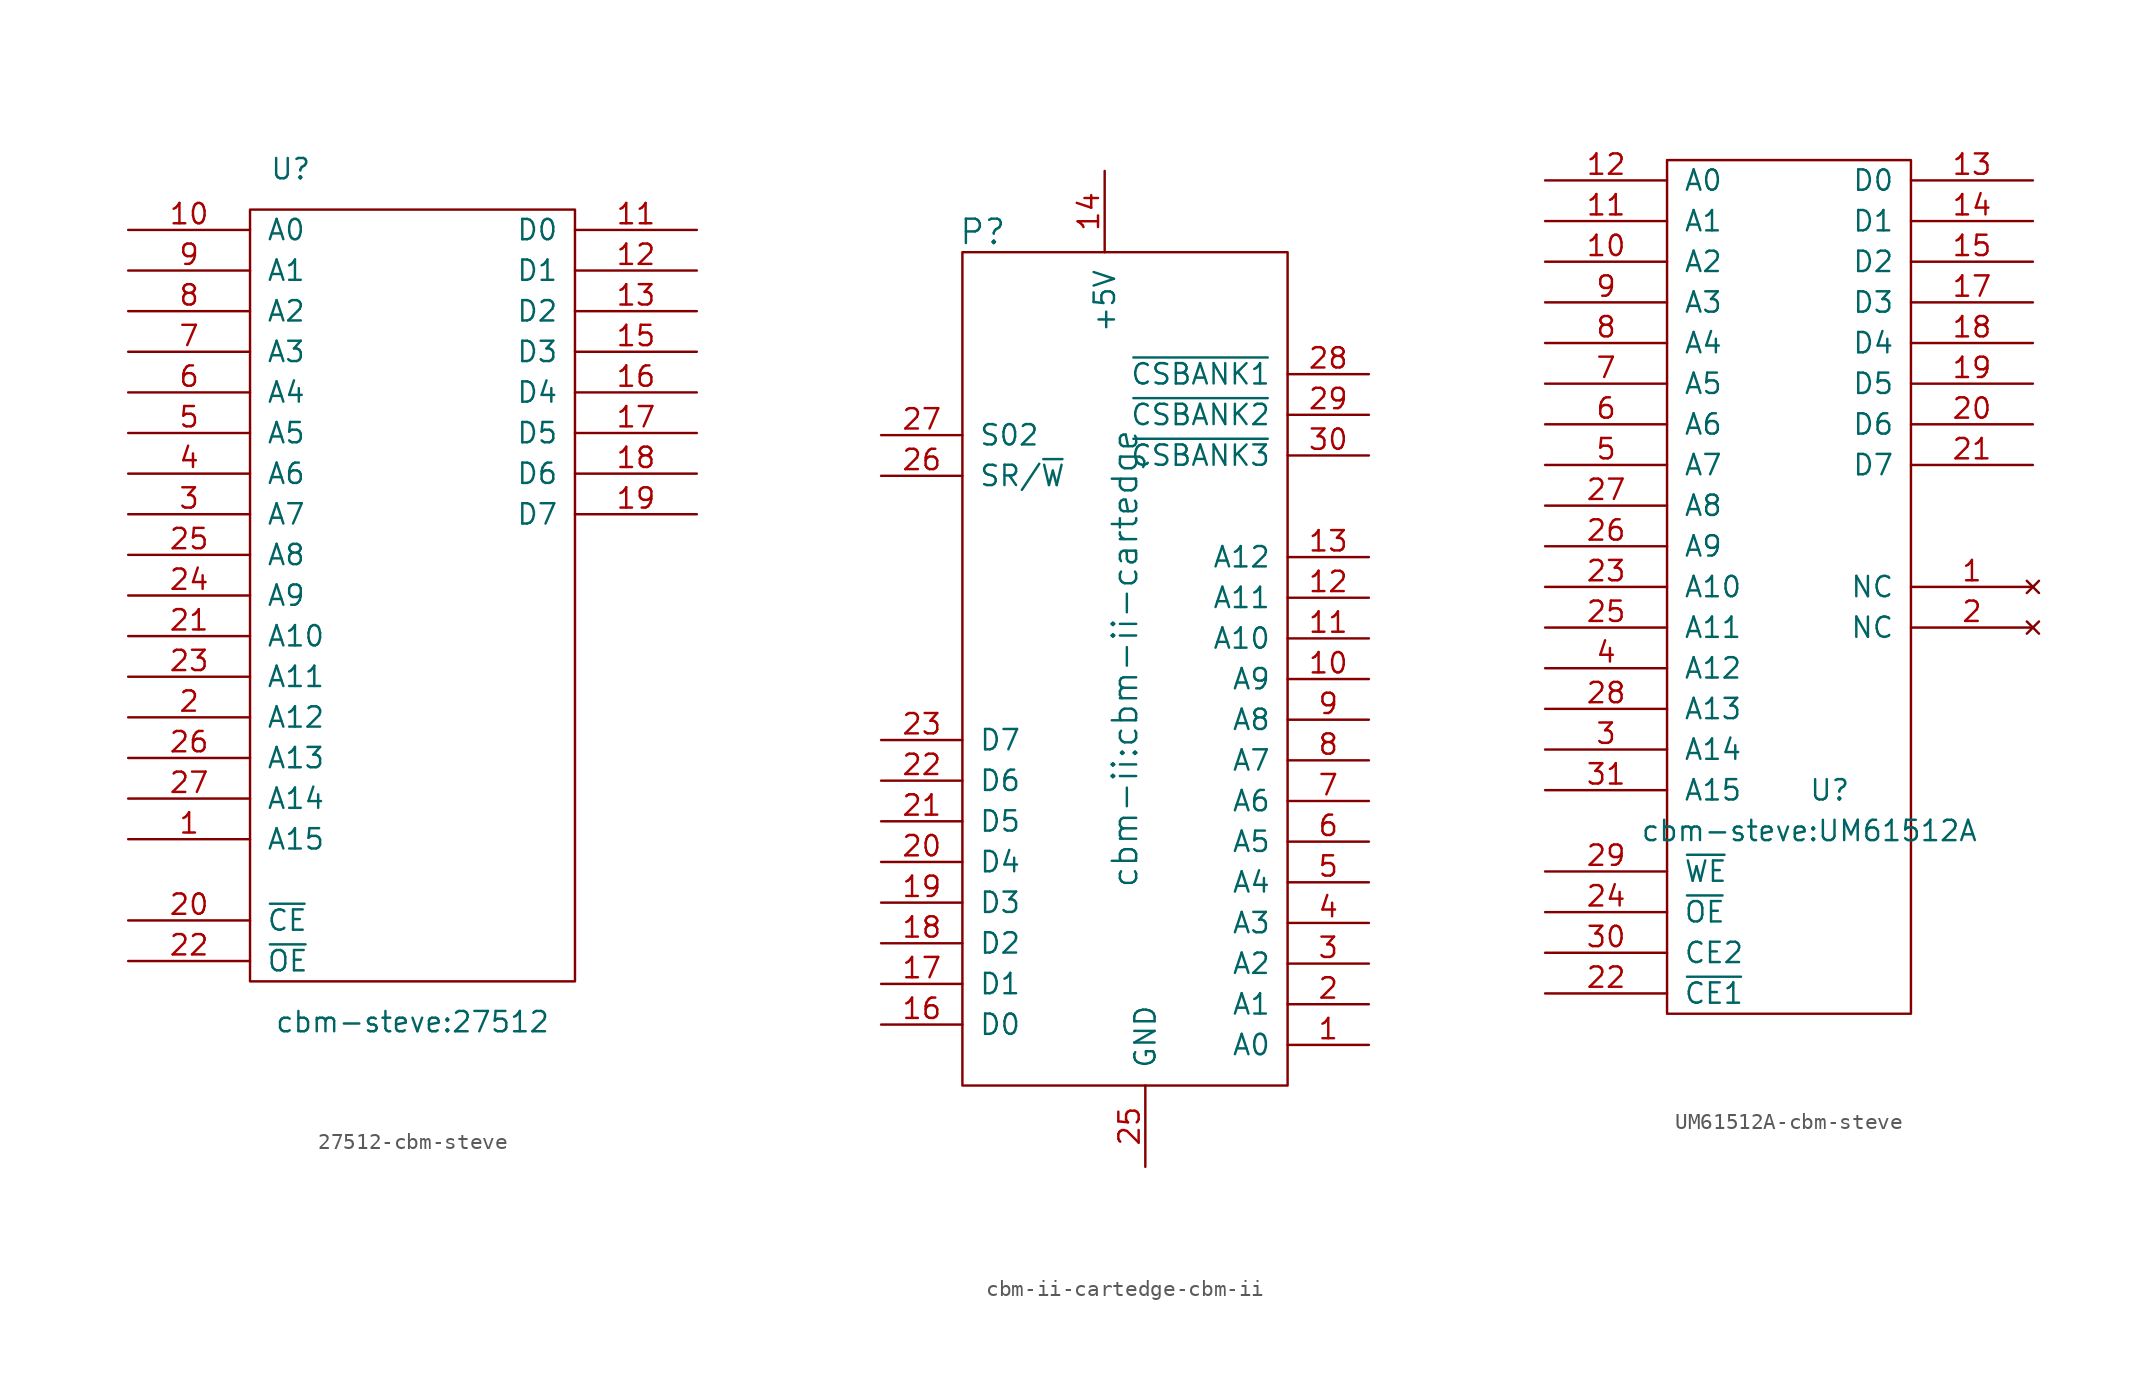
<source format=kicad_sym>
(kicad_symbol_lib
  (version 20220914)
  (generator kicad_symbol_editor)
  (symbol "27512-cbm-steve"
    (pin_names
      (offset 1.016))
    (property "Reference" "U"
      (at -7.62 26.67 0)
      (effects (font (size 1.27 1.27))))
    (property "Value" "cbm-steve:27512"
      (at 0 -26.67 0)
      (effects (font (size 1.27 1.27))))
    (property "Footprint" ""
      (at 0 0 0)
      (effects (font (size 1.27 1.27))))
    (property "Datasheet" ""
      (at 0 0 0)
      (effects (font (size 1.27 1.27))))
    (symbol "27512-cbm-steve_0_0"
      (pin power_in line (at 0 -25.4 90) (length 1.27) hide (name "GND" (effects (font (size 1.27 1.27)))) (number "14" (effects (font (size 1.27 1.27)))))
      (pin power_in line (at 0 25.4 270) (length 1.27) hide (name "VCC" (effects (font (size 1.27 1.27)))) (number "28" (effects (font (size 1.27 1.27))))))
    (symbol "27512-cbm-steve_0_1"
      (rectangle (start -10.16 24.13) (end 10.16 -24.13) (stroke (width 0) (type solid)) (fill (type none))))
    (symbol "27512-cbm-steve_1_1"
      (pin input line (at -17.78 -15.24 0) (length 7.62) (name "A15" (effects (font (size 1.27 1.27)))) (number "1" (effects (font (size 1.27 1.27)))))
      (pin input line (at -17.78 22.86 0) (length 7.62) (name "A0" (effects (font (size 1.27 1.27)))) (number "10" (effects (font (size 1.27 1.27)))))
      (pin tri_state line (at 17.78 22.86 180) (length 7.62) (name "D0" (effects (font (size 1.27 1.27)))) (number "11" (effects (font (size 1.27 1.27)))))
      (pin tri_state line (at 17.78 20.32 180) (length 7.62) (name "D1" (effects (font (size 1.27 1.27)))) (number "12" (effects (font (size 1.27 1.27)))))
      (pin tri_state line (at 17.78 17.78 180) (length 7.62) (name "D2" (effects (font (size 1.27 1.27)))) (number "13" (effects (font (size 1.27 1.27)))))
      (pin tri_state line (at 17.78 15.24 180) (length 7.62) (name "D3" (effects (font (size 1.27 1.27)))) (number "15" (effects (font (size 1.27 1.27)))))
      (pin tri_state line (at 17.78 12.7 180) (length 7.62) (name "D4" (effects (font (size 1.27 1.27)))) (number "16" (effects (font (size 1.27 1.27)))))
      (pin tri_state line (at 17.78 10.16 180) (length 7.62) (name "D5" (effects (font (size 1.27 1.27)))) (number "17" (effects (font (size 1.27 1.27)))))
      (pin tri_state line (at 17.78 7.62 180) (length 7.62) (name "D6" (effects (font (size 1.27 1.27)))) (number "18" (effects (font (size 1.27 1.27)))))
      (pin tri_state line (at 17.78 5.08 180) (length 7.62) (name "D7" (effects (font (size 1.27 1.27)))) (number "19" (effects (font (size 1.27 1.27)))))
      (pin input line (at -17.78 -7.62 0) (length 7.62) (name "A12" (effects (font (size 1.27 1.27)))) (number "2" (effects (font (size 1.27 1.27)))))
      (pin input line (at -17.78 -20.32 0) (length 7.62) (name "~{CE}" (effects (font (size 1.27 1.27)))) (number "20" (effects (font (size 1.27 1.27)))))
      (pin input line (at -17.78 -2.54 0) (length 7.62) (name "A10" (effects (font (size 1.27 1.27)))) (number "21" (effects (font (size 1.27 1.27)))))
      (pin input line (at -17.78 -22.86 0) (length 7.62) (name "~{OE}" (effects (font (size 1.27 1.27)))) (number "22" (effects (font (size 1.27 1.27)))))
      (pin input line (at -17.78 -5.08 0) (length 7.62) (name "A11" (effects (font (size 1.27 1.27)))) (number "23" (effects (font (size 1.27 1.27)))))
      (pin input line (at -17.78 0 0) (length 7.62) (name "A9" (effects (font (size 1.27 1.27)))) (number "24" (effects (font (size 1.27 1.27)))))
      (pin input line (at -17.78 2.54 0) (length 7.62) (name "A8" (effects (font (size 1.27 1.27)))) (number "25" (effects (font (size 1.27 1.27)))))
      (pin input line (at -17.78 -10.16 0) (length 7.62) (name "A13" (effects (font (size 1.27 1.27)))) (number "26" (effects (font (size 1.27 1.27)))))
      (pin input line (at -17.78 -12.7 0) (length 7.62) (name "A14" (effects (font (size 1.27 1.27)))) (number "27" (effects (font (size 1.27 1.27)))))
      (pin input line (at -17.78 5.08 0) (length 7.62) (name "A7" (effects (font (size 1.27 1.27)))) (number "3" (effects (font (size 1.27 1.27)))))
      (pin input line (at -17.78 7.62 0) (length 7.62) (name "A6" (effects (font (size 1.27 1.27)))) (number "4" (effects (font (size 1.27 1.27)))))
      (pin input line (at -17.78 10.16 0) (length 7.62) (name "A5" (effects (font (size 1.27 1.27)))) (number "5" (effects (font (size 1.27 1.27)))))
      (pin input line (at -17.78 12.7 0) (length 7.62) (name "A4" (effects (font (size 1.27 1.27)))) (number "6" (effects (font (size 1.27 1.27)))))
      (pin input line (at -17.78 15.24 0) (length 7.62) (name "A3" (effects (font (size 1.27 1.27)))) (number "7" (effects (font (size 1.27 1.27)))))
      (pin input line (at -17.78 17.78 0) (length 7.62) (name "A2" (effects (font (size 1.27 1.27)))) (number "8" (effects (font (size 1.27 1.27)))))
      (pin input line (at -17.78 20.32 0) (length 7.62) (name "A1" (effects (font (size 1.27 1.27)))) (number "9" (effects (font (size 1.27 1.27)))))))
  (symbol "cbm-ii-cartedge-cbm-ii"
    (pin_names
      (offset 1.016))
    (property "Reference" "P"
      (at -8.89 26.67 0)
      (effects (font (size 1.524 1.524))))
    (property "Value" "cbm-ii:cbm-ii-cartedge"
      (at 0 0 90)
      (effects (font (size 1.524 1.524))))
    (property "Footprint" ""
      (at -1.27 0 0)
      (effects (font (size 1.524 1.524))))
    (property "Datasheet" ""
      (at -1.27 0 0)
      (effects (font (size 1.524 1.524))))
    (symbol "cbm-ii-cartedge-cbm-ii_0_1"
      (rectangle (start -10.16 25.4) (end 10.16 -26.67) (stroke (width 0) (type solid)) (fill (type none))))
    (symbol "cbm-ii-cartedge-cbm-ii_1_1"
      (pin output line (at 15.24 -24.13 180) (length 5.08) (name "A0" (effects (font (size 1.27 1.27)))) (number "1" (effects (font (size 1.27 1.27)))))
      (pin output line (at 15.24 -1.27 180) (length 5.08) (name "A9" (effects (font (size 1.27 1.27)))) (number "10" (effects (font (size 1.27 1.27)))))
      (pin output line (at 15.24 1.27 180) (length 5.08) (name "A10" (effects (font (size 1.27 1.27)))) (number "11" (effects (font (size 1.27 1.27)))))
      (pin output line (at 15.24 3.81 180) (length 5.08) (name "A11" (effects (font (size 1.27 1.27)))) (number "12" (effects (font (size 1.27 1.27)))))
      (pin output line (at 15.24 6.35 180) (length 5.08) (name "A12" (effects (font (size 1.27 1.27)))) (number "13" (effects (font (size 1.27 1.27)))))
      (pin power_in line (at -1.27 30.48 270) (length 5.08) (name "+5V" (effects (font (size 1.27 1.27)))) (number "14" (effects (font (size 1.27 1.27)))))
      (pin power_in line (at 1.27 30.48 270) (length 5.08) hide (name "+5V" (effects (font (size 1.27 1.27)))) (number "15" (effects (font (size 1.27 1.27)))))
      (pin output line (at -15.24 -22.86 0) (length 5.08) (name "D0" (effects (font (size 1.27 1.27)))) (number "16" (effects (font (size 1.27 1.27)))))
      (pin output line (at -15.24 -20.32 0) (length 5.08) (name "D1" (effects (font (size 1.27 1.27)))) (number "17" (effects (font (size 1.27 1.27)))))
      (pin output line (at -15.24 -17.78 0) (length 5.08) (name "D2" (effects (font (size 1.27 1.27)))) (number "18" (effects (font (size 1.27 1.27)))))
      (pin output line (at -15.24 -15.24 0) (length 5.08) (name "D3" (effects (font (size 1.27 1.27)))) (number "19" (effects (font (size 1.27 1.27)))))
      (pin output line (at 15.24 -21.59 180) (length 5.08) (name "A1" (effects (font (size 1.27 1.27)))) (number "2" (effects (font (size 1.27 1.27)))))
      (pin output line (at -15.24 -12.7 0) (length 5.08) (name "D4" (effects (font (size 1.27 1.27)))) (number "20" (effects (font (size 1.27 1.27)))))
      (pin output line (at -15.24 -10.16 0) (length 5.08) (name "D5" (effects (font (size 1.27 1.27)))) (number "21" (effects (font (size 1.27 1.27)))))
      (pin output line (at -15.24 -7.62 0) (length 5.08) (name "D6" (effects (font (size 1.27 1.27)))) (number "22" (effects (font (size 1.27 1.27)))))
      (pin output line (at -15.24 -5.08 0) (length 5.08) (name "D7" (effects (font (size 1.27 1.27)))) (number "23" (effects (font (size 1.27 1.27)))))
      (pin power_in line (at -1.27 -31.75 90) (length 5.08) hide (name "GND" (effects (font (size 1.27 1.27)))) (number "24" (effects (font (size 1.27 1.27)))))
      (pin power_in line (at 1.27 -31.75 90) (length 5.08) (name "GND" (effects (font (size 1.27 1.27)))) (number "25" (effects (font (size 1.27 1.27)))))
      (pin output line (at -15.24 11.43 0) (length 5.08) (name "SR/~{W}" (effects (font (size 1.27 1.27)))) (number "26" (effects (font (size 1.27 1.27)))))
      (pin output line (at -15.24 13.97 0) (length 5.08) (name "S02" (effects (font (size 1.27 1.27)))) (number "27" (effects (font (size 1.27 1.27)))))
      (pin output line (at 15.24 17.78 180) (length 5.08) (name "~{CSBANK1}" (effects (font (size 1.27 1.27)))) (number "28" (effects (font (size 1.27 1.27)))))
      (pin output line (at 15.24 15.24 180) (length 5.08) (name "~{CSBANK2}" (effects (font (size 1.27 1.27)))) (number "29" (effects (font (size 1.27 1.27)))))
      (pin output line (at 15.24 -19.05 180) (length 5.08) (name "A2" (effects (font (size 1.27 1.27)))) (number "3" (effects (font (size 1.27 1.27)))))
      (pin output line (at 15.24 12.7 180) (length 5.08) (name "~{CSBANK3}" (effects (font (size 1.27 1.27)))) (number "30" (effects (font (size 1.27 1.27)))))
      (pin output line (at 15.24 -16.51 180) (length 5.08) (name "A3" (effects (font (size 1.27 1.27)))) (number "4" (effects (font (size 1.27 1.27)))))
      (pin output line (at 15.24 -13.97 180) (length 5.08) (name "A4" (effects (font (size 1.27 1.27)))) (number "5" (effects (font (size 1.27 1.27)))))
      (pin output line (at 15.24 -11.43 180) (length 5.08) (name "A5" (effects (font (size 1.27 1.27)))) (number "6" (effects (font (size 1.27 1.27)))))
      (pin output line (at 15.24 -8.89 180) (length 5.08) (name "A6" (effects (font (size 1.27 1.27)))) (number "7" (effects (font (size 1.27 1.27)))))
      (pin output line (at 15.24 -6.35 180) (length 5.08) (name "A7" (effects (font (size 1.27 1.27)))) (number "8" (effects (font (size 1.27 1.27)))))
      (pin output line (at 15.24 -3.81 180) (length 5.08) (name "A8" (effects (font (size 1.27 1.27)))) (number "9" (effects (font (size 1.27 1.27)))))))
  (symbol "UM61512A-cbm-steve"
    (pin_names
      (offset 1.016))
    (property "Reference" "U"
      (at 2.54 -15.24 0)
      (effects (font (size 1.27 1.27))))
    (property "Value" "cbm-steve:UM61512A"
      (at 1.27 -17.78 0)
      (effects (font (size 1.27 1.27))))
    (property "Footprint" ""
      (at 2.54 0 0)
      (effects (font (size 1.27 1.27))))
    (property "Datasheet" ""
      (at 2.54 0 0)
      (effects (font (size 1.27 1.27))))
    (symbol "UM61512A-cbm-steve_0_0"
      (pin power_in line (at 0 -29.21 90) (length 1.27) hide (name "GND" (effects (font (size 1.27 1.27)))) (number "16" (effects (font (size 1.27 1.27)))))
      (pin power_in line (at 0 24.13 270) (length 1.27) hide (name "VCC" (effects (font (size 1.27 1.27)))) (number "32" (effects (font (size 1.27 1.27))))))
    (symbol "UM61512A-cbm-steve_0_1"
      (rectangle (start -7.62 24.13) (end 7.62 -29.21) (stroke (width 0) (type solid)) (fill (type none))))
    (symbol "UM61512A-cbm-steve_1_1"
      (pin no_connect line (at 15.24 -2.54 180) (length 7.62) (name "NC" (effects (font (size 1.27 1.27)))) (number "1" (effects (font (size 1.27 1.27)))))
      (pin input line (at -15.24 17.78 0) (length 7.62) (name "A2" (effects (font (size 1.27 1.27)))) (number "10" (effects (font (size 1.27 1.27)))))
      (pin input line (at -15.24 20.32 0) (length 7.62) (name "A1" (effects (font (size 1.27 1.27)))) (number "11" (effects (font (size 1.27 1.27)))))
      (pin input line (at -15.24 22.86 0) (length 7.62) (name "A0" (effects (font (size 1.27 1.27)))) (number "12" (effects (font (size 1.27 1.27)))))
      (pin tri_state line (at 15.24 22.86 180) (length 7.62) (name "D0" (effects (font (size 1.27 1.27)))) (number "13" (effects (font (size 1.27 1.27)))))
      (pin tri_state line (at 15.24 20.32 180) (length 7.62) (name "D1" (effects (font (size 1.27 1.27)))) (number "14" (effects (font (size 1.27 1.27)))))
      (pin tri_state line (at 15.24 17.78 180) (length 7.62) (name "D2" (effects (font (size 1.27 1.27)))) (number "15" (effects (font (size 1.27 1.27)))))
      (pin tri_state line (at 15.24 15.24 180) (length 7.62) (name "D3" (effects (font (size 1.27 1.27)))) (number "17" (effects (font (size 1.27 1.27)))))
      (pin tri_state line (at 15.24 12.7 180) (length 7.62) (name "D4" (effects (font (size 1.27 1.27)))) (number "18" (effects (font (size 1.27 1.27)))))
      (pin tri_state line (at 15.24 10.16 180) (length 7.62) (name "D5" (effects (font (size 1.27 1.27)))) (number "19" (effects (font (size 1.27 1.27)))))
      (pin no_connect line (at 15.24 -5.08 180) (length 7.62) (name "NC" (effects (font (size 1.27 1.27)))) (number "2" (effects (font (size 1.27 1.27)))))
      (pin tri_state line (at 15.24 7.62 180) (length 7.62) (name "D6" (effects (font (size 1.27 1.27)))) (number "20" (effects (font (size 1.27 1.27)))))
      (pin tri_state line (at 15.24 5.08 180) (length 7.62) (name "D7" (effects (font (size 1.27 1.27)))) (number "21" (effects (font (size 1.27 1.27)))))
      (pin input line (at -15.24 -27.94 0) (length 7.62) (name "~{CE1}" (effects (font (size 1.27 1.27)))) (number "22" (effects (font (size 1.27 1.27)))))
      (pin input line (at -15.24 -2.54 0) (length 7.62) (name "A10" (effects (font (size 1.27 1.27)))) (number "23" (effects (font (size 1.27 1.27)))))
      (pin input line (at -15.24 -22.86 0) (length 7.62) (name "~{OE}" (effects (font (size 1.27 1.27)))) (number "24" (effects (font (size 1.27 1.27)))))
      (pin input line (at -15.24 -5.08 0) (length 7.62) (name "A11" (effects (font (size 1.27 1.27)))) (number "25" (effects (font (size 1.27 1.27)))))
      (pin input line (at -15.24 0 0) (length 7.62) (name "A9" (effects (font (size 1.27 1.27)))) (number "26" (effects (font (size 1.27 1.27)))))
      (pin input line (at -15.24 2.54 0) (length 7.62) (name "A8" (effects (font (size 1.27 1.27)))) (number "27" (effects (font (size 1.27 1.27)))))
      (pin input line (at -15.24 -10.16 0) (length 7.62) (name "A13" (effects (font (size 1.27 1.27)))) (number "28" (effects (font (size 1.27 1.27)))))
      (pin input line (at -15.24 -20.32 0) (length 7.62) (name "~{WE}" (effects (font (size 1.27 1.27)))) (number "29" (effects (font (size 1.27 1.27)))))
      (pin input line (at -15.24 -12.7 0) (length 7.62) (name "A14" (effects (font (size 1.27 1.27)))) (number "3" (effects (font (size 1.27 1.27)))))
      (pin input line (at -15.24 -25.4 0) (length 7.62) (name "CE2" (effects (font (size 1.27 1.27)))) (number "30" (effects (font (size 1.27 1.27)))))
      (pin input line (at -15.24 -15.24 0) (length 7.62) (name "A15" (effects (font (size 1.27 1.27)))) (number "31" (effects (font (size 1.27 1.27)))))
      (pin input line (at -15.24 -7.62 0) (length 7.62) (name "A12" (effects (font (size 1.27 1.27)))) (number "4" (effects (font (size 1.27 1.27)))))
      (pin input line (at -15.24 5.08 0) (length 7.62) (name "A7" (effects (font (size 1.27 1.27)))) (number "5" (effects (font (size 1.27 1.27)))))
      (pin input line (at -15.24 7.62 0) (length 7.62) (name "A6" (effects (font (size 1.27 1.27)))) (number "6" (effects (font (size 1.27 1.27)))))
      (pin input line (at -15.24 10.16 0) (length 7.62) (name "A5" (effects (font (size 1.27 1.27)))) (number "7" (effects (font (size 1.27 1.27)))))
      (pin input line (at -15.24 12.7 0) (length 7.62) (name "A4" (effects (font (size 1.27 1.27)))) (number "8" (effects (font (size 1.27 1.27)))))
      (pin input line (at -15.24 15.24 0) (length 7.62) (name "A3" (effects (font (size 1.27 1.27)))) (number "9" (effects (font (size 1.27 1.27))))))))
</source>
